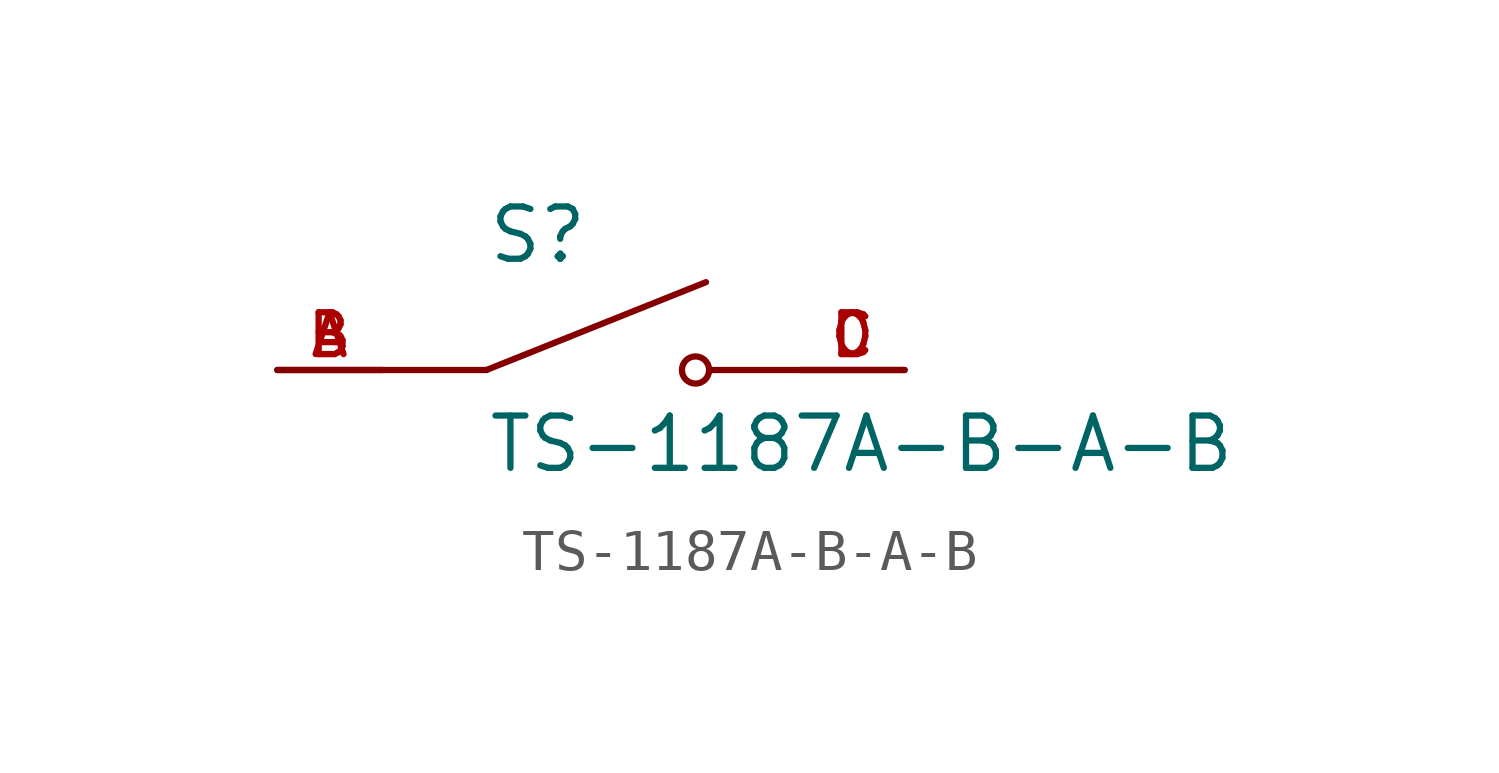
<source format=kicad_sym>
(kicad_symbol_lib
  (version 20211014)
  (generator kicad_symbol_editor)
  (symbol "TS-1187A-B-A-B"
    (pin_names
      (offset 1.016) hide)
    (property "Reference" "S"
      (at -2.54 2.54 0)
      (effects (font (size 1.27 1.27)) (justify left bottom)))
    (property "Value" "TS-1187A-B-A-B"
      (at -2.54 -2.54 0)
      (effects (font (size 1.27 1.27)) (justify left bottom)))
    (property "ki_locked" ""
      (at 0 0 0)
      (effects (font (size 1.27 1.27))))
    (symbol "TS-1187A-B-A-B_0_0"
      (polyline (pts (xy -2.54 0) (xy -5.08 0)) (stroke (width 0.152) (type default) (color 0 0 0 0)) (fill (type none)))
      (polyline (pts (xy -2.54 0) (xy 2.794 2.134)) (stroke (width 0.152) (type default) (color 0 0 0 0)) (fill (type none)))
      (polyline (pts (xy 5.08 0) (xy 2.921 0)) (stroke (width 0.152) (type default) (color 0 0 0 0)) (fill (type none)))
      (circle (center 2.54 0) (radius 0.33) (stroke (width 0.152) (type default) (color 0 0 0 0)) (fill (type none)))
      (pin passive line (at -7.62 0 0) (length 2.54) (name "~" (effects (font (size 1.016 1.016)))) (number "A" (effects (font (size 1.016 1.016)))))
      (pin passive line (at -7.62 0 0) (length 2.54) (name "~" (effects (font (size 1.016 1.016)))) (number "B" (effects (font (size 1.016 1.016)))))
      (pin passive line (at 7.62 0 180) (length 2.54) (name "~" (effects (font (size 1.016 1.016)))) (number "C" (effects (font (size 1.016 1.016)))))
      (pin passive line (at 7.62 0 180) (length 2.54) (name "~" (effects (font (size 1.016 1.016)))) (number "D" (effects (font (size 1.016 1.016))))))))
</source>
